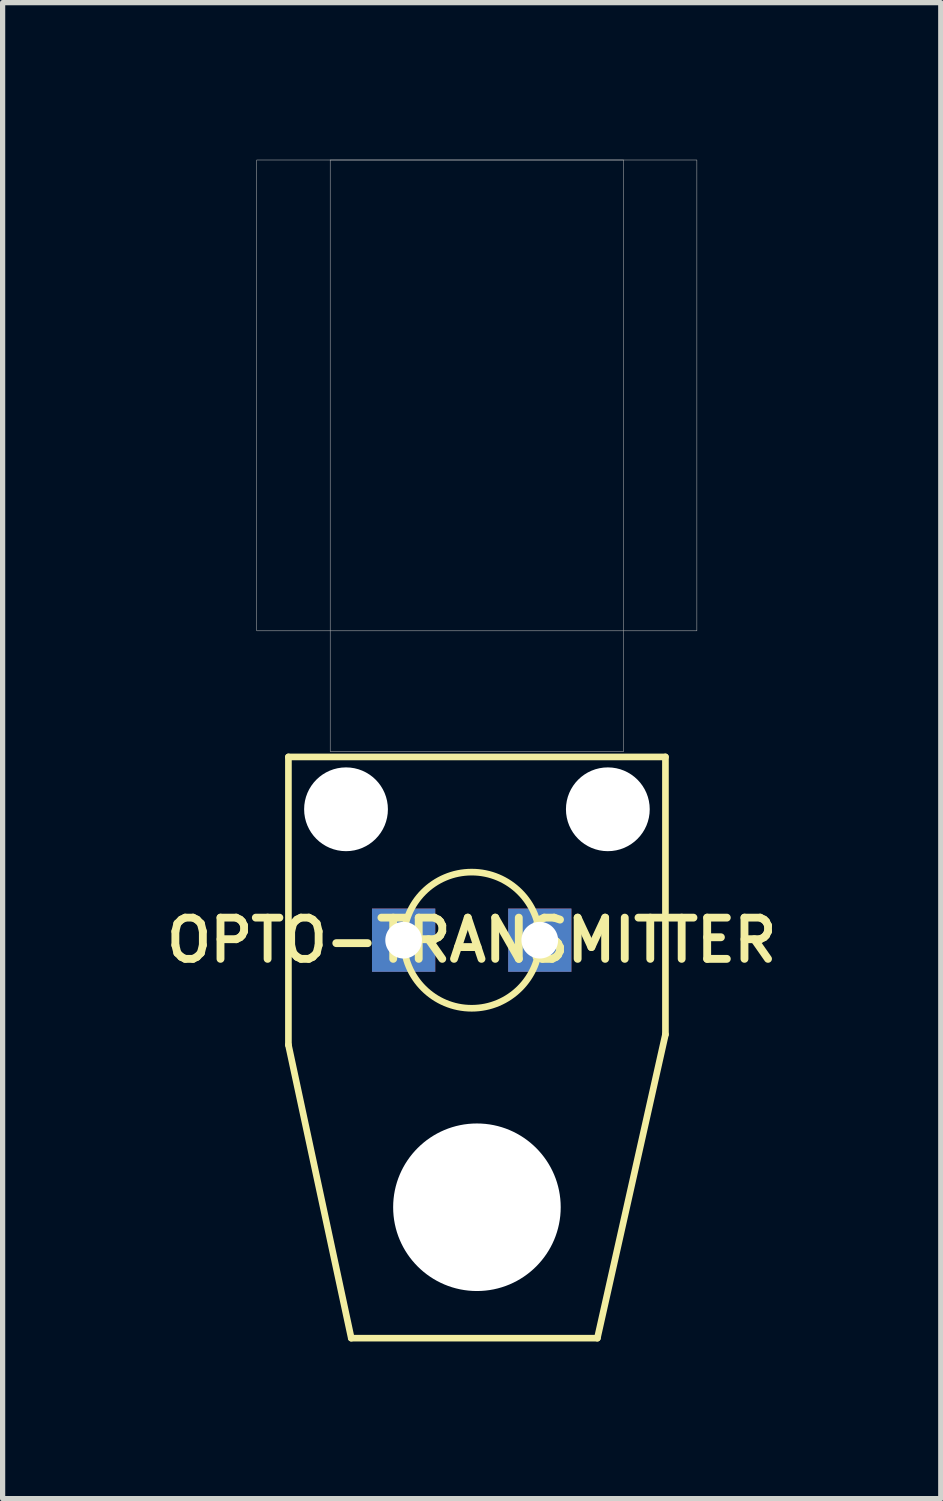
<source format=kicad_pcb>
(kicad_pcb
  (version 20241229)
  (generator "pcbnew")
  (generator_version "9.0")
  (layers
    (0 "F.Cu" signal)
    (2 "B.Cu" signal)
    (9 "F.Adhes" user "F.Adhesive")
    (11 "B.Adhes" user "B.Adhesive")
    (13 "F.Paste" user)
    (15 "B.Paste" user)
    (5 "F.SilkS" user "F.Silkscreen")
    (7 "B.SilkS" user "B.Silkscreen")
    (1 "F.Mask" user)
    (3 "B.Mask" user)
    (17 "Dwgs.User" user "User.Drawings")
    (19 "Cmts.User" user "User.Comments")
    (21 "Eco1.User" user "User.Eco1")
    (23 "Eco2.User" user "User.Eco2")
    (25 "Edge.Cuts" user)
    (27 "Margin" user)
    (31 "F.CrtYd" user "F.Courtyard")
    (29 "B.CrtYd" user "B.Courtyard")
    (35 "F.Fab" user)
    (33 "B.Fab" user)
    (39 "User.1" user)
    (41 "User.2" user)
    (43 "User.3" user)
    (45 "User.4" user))
  (footprint "OPTO-TRANSMITTER"
    (layer "F.Cu")
    (at 5.958 14.905)
    (property "Reference" "OPTO-TRANSMITTER" (at 0 0 0) (layer "F.SilkS") (effects (font (size 0.787 0.787) (thickness 0.15))))
    (attr through_hole)
    (fp_line (start -3.5 -3.5) (end -3.5 2) (stroke (width 0.127) (type solid)) (layer "F.SilkS"))
    (fp_line (start -3.5 -3.5) (end 3.7 -3.5) (stroke (width 0.127) (type solid)) (layer "F.SilkS"))
    (fp_line (start -3.5 2) (end -2.3 7.6) (stroke (width 0.127) (type solid)) (layer "F.SilkS"))
    (fp_line (start -2.3 7.6) (end 2.4 7.6) (stroke (width 0.127) (type solid)) (layer "F.SilkS"))
    (fp_line (start 2.4 7.6) (end 3.7 1.8) (stroke (width 0.127) (type solid)) (layer "F.SilkS"))
    (fp_line (start 3.7 -3.5) (end 3.7 1.8) (stroke (width 0.127) (type solid)) (layer "F.SilkS"))
    (fp_circle (center 0 0) (end 1.3 0) (stroke (width 0.127) (type solid)) (fill no) (layer "F.SilkS"))
    (fp_poly (pts (xy -4.105 -14.9) (xy 4.3 -14.9) (xy 4.3 -5.908) (xy -4.105 -5.908)) (stroke (width 0.01) (type solid)) (fill no) (layer "F.Fab"))
    (fp_poly (pts (xy -2.702 -14.9) (xy 2.9 -14.9) (xy 2.9 -3.603) (xy -2.702 -3.603)) (stroke (width 0.01) (type solid)) (fill no) (layer "F.Fab"))
    (pad "" np_thru_hole circle (at -2.4 -2.5) (size 1.6 1.6) (drill 1.6) (layers "*.Cu" "*.Mask"))
    (pad "" np_thru_hole circle (at 0.1 5.1) (size 3.2 3.2) (drill 3.2) (layers "*.Cu" "*.Mask"))
    (pad "" np_thru_hole circle (at 2.6 -2.5) (size 1.6 1.6) (drill 1.6) (layers "*.Cu" "*.Mask"))
    (pad "P$1" thru_hole rect (at 1.3 0) (size 1.208 1.208) (drill 0.7) (layers "*.Cu" "*.Mask"))
    (pad "P$2" thru_hole rect (at -1.3 0) (size 1.208 1.208) (drill 0.7) (layers "*.Cu" "*.Mask")))
  (gr_rect
    (start -3 -3)
    (end 14.916 25.569)
    (stroke (width 0.1) (type default))
    (fill no)
    (layer "Edge.Cuts")))
</source>
